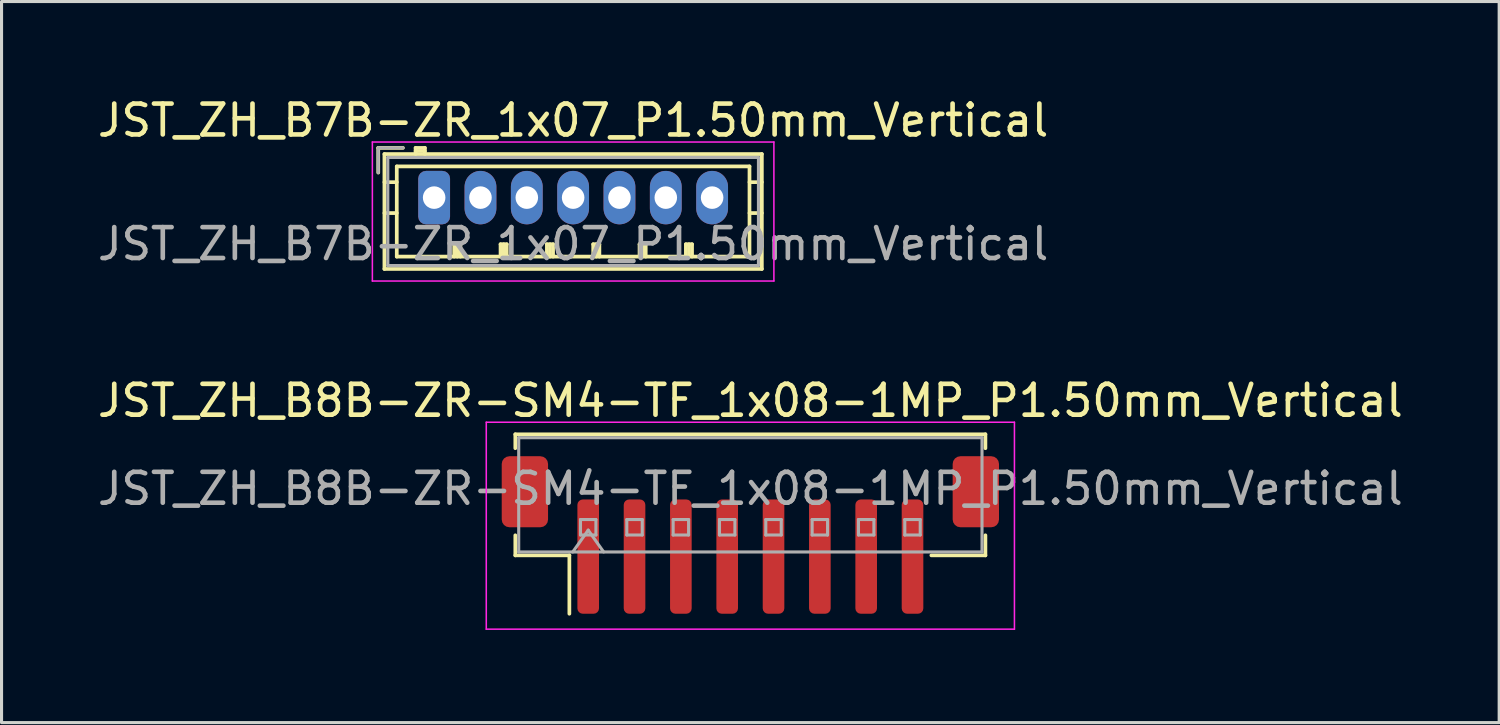
<source format=kicad_pcb>
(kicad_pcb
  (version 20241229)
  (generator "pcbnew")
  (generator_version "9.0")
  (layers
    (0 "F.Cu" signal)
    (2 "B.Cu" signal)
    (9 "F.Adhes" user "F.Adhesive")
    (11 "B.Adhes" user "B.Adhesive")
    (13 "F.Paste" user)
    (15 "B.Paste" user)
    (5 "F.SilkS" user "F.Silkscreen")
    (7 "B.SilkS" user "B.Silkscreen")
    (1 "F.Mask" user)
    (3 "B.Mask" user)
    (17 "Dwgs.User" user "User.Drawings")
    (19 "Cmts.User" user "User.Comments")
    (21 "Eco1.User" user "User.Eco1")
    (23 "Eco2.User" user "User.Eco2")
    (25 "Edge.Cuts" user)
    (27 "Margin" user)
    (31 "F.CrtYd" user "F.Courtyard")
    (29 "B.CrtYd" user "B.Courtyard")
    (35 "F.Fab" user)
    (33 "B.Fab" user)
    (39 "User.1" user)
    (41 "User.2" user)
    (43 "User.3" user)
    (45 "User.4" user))
  (footprint "JST_ZH_B8B-ZR-SM4-TF_1x08-1MP_P1.50mm_Vertical"
    (layer "F.Cu")
    (at 21.244 14.271)
    (property "Reference" "JST_ZH_B8B-ZR-SM4-TF_1x08-1MP_P1.50mm_Vertical" (at 0 -4.35 0) (layer "F.SilkS") (effects (font (size 1 1) (thickness 0.15))))
    (attr smd)
    (fp_line (start -7.61 -3.26) (end 7.61 -3.26) (stroke (width 0.12) (type solid)) (layer "F.SilkS"))
    (fp_line (start -7.61 -2.81) (end -7.61 -3.26) (stroke (width 0.12) (type solid)) (layer "F.SilkS"))
    (fp_line (start -7.61 0.01) (end -7.61 0.66) (stroke (width 0.12) (type solid)) (layer "F.SilkS"))
    (fp_line (start -7.61 0.66) (end -5.86 0.66) (stroke (width 0.12) (type solid)) (layer "F.SilkS"))
    (fp_line (start -5.86 0.66) (end -5.86 2.55) (stroke (width 0.12) (type solid)) (layer "F.SilkS"))
    (fp_line (start 7.61 -3.26) (end 7.61 -2.81) (stroke (width 0.12) (type solid)) (layer "F.SilkS"))
    (fp_line (start 7.61 0.01) (end 7.61 0.66) (stroke (width 0.12) (type solid)) (layer "F.SilkS"))
    (fp_line (start 7.61 0.66) (end 5.86 0.66) (stroke (width 0.12) (type solid)) (layer "F.SilkS"))
    (fp_line (start -8.55 -3.65) (end -8.55 3.05) (stroke (width 0.05) (type solid)) (layer "F.CrtYd"))
    (fp_line (start -8.55 3.05) (end 8.55 3.05) (stroke (width 0.05) (type solid)) (layer "F.CrtYd"))
    (fp_line (start 8.55 -3.65) (end -8.55 -3.65) (stroke (width 0.05) (type solid)) (layer "F.CrtYd"))
    (fp_line (start 8.55 3.05) (end 8.55 -3.65) (stroke (width 0.05) (type solid)) (layer "F.CrtYd"))
    (fp_line (start -7.5 -3.15) (end 7.5 -3.15) (stroke (width 0.1) (type solid)) (layer "F.Fab"))
    (fp_line (start -7.5 0.55) (end -7.5 -3.15) (stroke (width 0.1) (type solid)) (layer "F.Fab"))
    (fp_line (start -7.5 0.55) (end 7.5 0.55) (stroke (width 0.1) (type solid)) (layer "F.Fab"))
    (fp_line (start -5.75 0.55) (end -5.25 -0.157) (stroke (width 0.1) (type solid)) (layer "F.Fab"))
    (fp_line (start -5.5 -0.5) (end -5.5 0) (stroke (width 0.1) (type solid)) (layer "F.Fab"))
    (fp_line (start -5.5 0) (end -5 0) (stroke (width 0.1) (type solid)) (layer "F.Fab"))
    (fp_line (start -5.25 -0.157) (end -4.75 0.55) (stroke (width 0.1) (type solid)) (layer "F.Fab"))
    (fp_line (start -5 -0.5) (end -5.5 -0.5) (stroke (width 0.1) (type solid)) (layer "F.Fab"))
    (fp_line (start -5 0) (end -5 -0.5) (stroke (width 0.1) (type solid)) (layer "F.Fab"))
    (fp_line (start -4 -0.5) (end -4 0) (stroke (width 0.1) (type solid)) (layer "F.Fab"))
    (fp_line (start -4 0) (end -3.5 0) (stroke (width 0.1) (type solid)) (layer "F.Fab"))
    (fp_line (start -3.5 -0.5) (end -4 -0.5) (stroke (width 0.1) (type solid)) (layer "F.Fab"))
    (fp_line (start -3.5 0) (end -3.5 -0.5) (stroke (width 0.1) (type solid)) (layer "F.Fab"))
    (fp_line (start -2.5 -0.5) (end -2.5 0) (stroke (width 0.1) (type solid)) (layer "F.Fab"))
    (fp_line (start -2.5 0) (end -2 0) (stroke (width 0.1) (type solid)) (layer "F.Fab"))
    (fp_line (start -2 -0.5) (end -2.5 -0.5) (stroke (width 0.1) (type solid)) (layer "F.Fab"))
    (fp_line (start -2 0) (end -2 -0.5) (stroke (width 0.1) (type solid)) (layer "F.Fab"))
    (fp_line (start -1 -0.5) (end -1 0) (stroke (width 0.1) (type solid)) (layer "F.Fab"))
    (fp_line (start -1 0) (end -0.5 0) (stroke (width 0.1) (type solid)) (layer "F.Fab"))
    (fp_line (start -0.5 -0.5) (end -1 -0.5) (stroke (width 0.1) (type solid)) (layer "F.Fab"))
    (fp_line (start -0.5 0) (end -0.5 -0.5) (stroke (width 0.1) (type solid)) (layer "F.Fab"))
    (fp_line (start 0.5 -0.5) (end 0.5 0) (stroke (width 0.1) (type solid)) (layer "F.Fab"))
    (fp_line (start 0.5 0) (end 1 0) (stroke (width 0.1) (type solid)) (layer "F.Fab"))
    (fp_line (start 1 -0.5) (end 0.5 -0.5) (stroke (width 0.1) (type solid)) (layer "F.Fab"))
    (fp_line (start 1 0) (end 1 -0.5) (stroke (width 0.1) (type solid)) (layer "F.Fab"))
    (fp_line (start 2 -0.5) (end 2 0) (stroke (width 0.1) (type solid)) (layer "F.Fab"))
    (fp_line (start 2 0) (end 2.5 0) (stroke (width 0.1) (type solid)) (layer "F.Fab"))
    (fp_line (start 2.5 -0.5) (end 2 -0.5) (stroke (width 0.1) (type solid)) (layer "F.Fab"))
    (fp_line (start 2.5 0) (end 2.5 -0.5) (stroke (width 0.1) (type solid)) (layer "F.Fab"))
    (fp_line (start 3.5 -0.5) (end 3.5 0) (stroke (width 0.1) (type solid)) (layer "F.Fab"))
    (fp_line (start 3.5 0) (end 4 0) (stroke (width 0.1) (type solid)) (layer "F.Fab"))
    (fp_line (start 4 -0.5) (end 3.5 -0.5) (stroke (width 0.1) (type solid)) (layer "F.Fab"))
    (fp_line (start 4 0) (end 4 -0.5) (stroke (width 0.1) (type solid)) (layer "F.Fab"))
    (fp_line (start 5 -0.5) (end 5 0) (stroke (width 0.1) (type solid)) (layer "F.Fab"))
    (fp_line (start 5 0) (end 5.5 0) (stroke (width 0.1) (type solid)) (layer "F.Fab"))
    (fp_line (start 5.5 -0.5) (end 5 -0.5) (stroke (width 0.1) (type solid)) (layer "F.Fab"))
    (fp_line (start 5.5 0) (end 5.5 -0.5) (stroke (width 0.1) (type solid)) (layer "F.Fab"))
    (fp_line (start 7.5 0.55) (end 7.5 -3.15) (stroke (width 0.1) (type solid)) (layer "F.Fab"))
    (fp_text user "${REFERENCE}" (at 0 -1.5 0) (layer "F.Fab") (effects (font (size 1 1) (thickness 0.15))))
    (pad "1" smd roundrect (at -5.25 0.7) (size 0.7 3.7) (layers "F.Cu" "F.Mask" "F.Paste") (roundrect_rratio 0.25))
    (pad "2" smd roundrect (at -3.75 0.7) (size 0.7 3.7) (layers "F.Cu" "F.Mask" "F.Paste") (roundrect_rratio 0.25))
    (pad "3" smd roundrect (at -2.25 0.7) (size 0.7 3.7) (layers "F.Cu" "F.Mask" "F.Paste") (roundrect_rratio 0.25))
    (pad "4" smd roundrect (at -0.75 0.7) (size 0.7 3.7) (layers "F.Cu" "F.Mask" "F.Paste") (roundrect_rratio 0.25))
    (pad "5" smd roundrect (at 0.75 0.7) (size 0.7 3.7) (layers "F.Cu" "F.Mask" "F.Paste") (roundrect_rratio 0.25))
    (pad "6" smd roundrect (at 2.25 0.7) (size 0.7 3.7) (layers "F.Cu" "F.Mask" "F.Paste") (roundrect_rratio 0.25))
    (pad "7" smd roundrect (at 3.75 0.7) (size 0.7 3.7) (layers "F.Cu" "F.Mask" "F.Paste") (roundrect_rratio 0.25))
    (pad "8" smd roundrect (at 5.25 0.7) (size 0.7 3.7) (layers "F.Cu" "F.Mask" "F.Paste") (roundrect_rratio 0.25))
    (pad "MP" smd roundrect (at -7.3 -1.4) (size 1.5 2.3) (layers "F.Cu" "F.Mask" "F.Paste") (roundrect_rratio 0.167))
    (pad "MP" smd roundrect (at 7.3 -1.4) (size 1.5 2.3) (layers "F.Cu" "F.Mask" "F.Paste") (roundrect_rratio 0.167)))
  (footprint "JST_ZH_B7B-ZR_1x07_P1.50mm_Vertical"
    (layer "F.Cu")
    (at 11.006 3.348)
    (property "Reference" "JST_ZH_B7B-ZR_1x07_P1.50mm_Vertical" (at 4.5 -2.5 0) (layer "F.SilkS") (effects (font (size 1 1) (thickness 0.15))))
    (attr through_hole)
    (fp_line (start -1.81 -1.61) (end -1.81 -0.81) (stroke (width 0.12) (type solid)) (layer "F.SilkS"))
    (fp_line (start -1.61 -1.41) (end -1.61 2.31) (stroke (width 0.12) (type solid)) (layer "F.SilkS"))
    (fp_line (start -1.61 -0.5) (end -1.21 -0.5) (stroke (width 0.12) (type solid)) (layer "F.SilkS"))
    (fp_line (start -1.61 0.5) (end -1.21 0.5) (stroke (width 0.12) (type solid)) (layer "F.SilkS"))
    (fp_line (start -1.61 2.31) (end 10.61 2.31) (stroke (width 0.12) (type solid)) (layer "F.SilkS"))
    (fp_line (start -1.21 -1.01) (end -1.21 1.91) (stroke (width 0.12) (type solid)) (layer "F.SilkS"))
    (fp_line (start -1.21 1.91) (end 10.21 1.91) (stroke (width 0.12) (type solid)) (layer "F.SilkS"))
    (fp_line (start -1.01 -1.61) (end -1.81 -1.61) (stroke (width 0.12) (type solid)) (layer "F.SilkS"))
    (fp_line (start -0.6 -1.61) (end -0.6 -1.41) (stroke (width 0.12) (type solid)) (layer "F.SilkS"))
    (fp_line (start -0.3 -1.61) (end -0.6 -1.61) (stroke (width 0.12) (type solid)) (layer "F.SilkS"))
    (fp_line (start -0.3 -1.51) (end -0.6 -1.51) (stroke (width 0.12) (type solid)) (layer "F.SilkS"))
    (fp_line (start -0.3 -1.41) (end -0.3 -1.61) (stroke (width 0.12) (type solid)) (layer "F.SilkS"))
    (fp_line (start 0.65 1.51) (end 0.85 1.51) (stroke (width 0.12) (type solid)) (layer "F.SilkS"))
    (fp_line (start 0.65 1.91) (end 0.65 1.51) (stroke (width 0.12) (type solid)) (layer "F.SilkS"))
    (fp_line (start 0.75 1.91) (end 0.75 1.51) (stroke (width 0.12) (type solid)) (layer "F.SilkS"))
    (fp_line (start 0.85 1.51) (end 0.85 1.91) (stroke (width 0.12) (type solid)) (layer "F.SilkS"))
    (fp_line (start 2.15 1.51) (end 2.35 1.51) (stroke (width 0.12) (type solid)) (layer "F.SilkS"))
    (fp_line (start 2.15 1.91) (end 2.15 1.51) (stroke (width 0.12) (type solid)) (layer "F.SilkS"))
    (fp_line (start 2.25 1.91) (end 2.25 1.51) (stroke (width 0.12) (type solid)) (layer "F.SilkS"))
    (fp_line (start 2.35 1.51) (end 2.35 1.91) (stroke (width 0.12) (type solid)) (layer "F.SilkS"))
    (fp_line (start 3.65 1.51) (end 3.85 1.51) (stroke (width 0.12) (type solid)) (layer "F.SilkS"))
    (fp_line (start 3.65 1.91) (end 3.65 1.51) (stroke (width 0.12) (type solid)) (layer "F.SilkS"))
    (fp_line (start 3.75 1.91) (end 3.75 1.51) (stroke (width 0.12) (type solid)) (layer "F.SilkS"))
    (fp_line (start 3.85 1.51) (end 3.85 1.91) (stroke (width 0.12) (type solid)) (layer "F.SilkS"))
    (fp_line (start 5.15 1.51) (end 5.35 1.51) (stroke (width 0.12) (type solid)) (layer "F.SilkS"))
    (fp_line (start 5.15 1.91) (end 5.15 1.51) (stroke (width 0.12) (type solid)) (layer "F.SilkS"))
    (fp_line (start 5.25 1.91) (end 5.25 1.51) (stroke (width 0.12) (type solid)) (layer "F.SilkS"))
    (fp_line (start 5.35 1.51) (end 5.35 1.91) (stroke (width 0.12) (type solid)) (layer "F.SilkS"))
    (fp_line (start 6.65 1.51) (end 6.85 1.51) (stroke (width 0.12) (type solid)) (layer "F.SilkS"))
    (fp_line (start 6.65 1.91) (end 6.65 1.51) (stroke (width 0.12) (type solid)) (layer "F.SilkS"))
    (fp_line (start 6.75 1.91) (end 6.75 1.51) (stroke (width 0.12) (type solid)) (layer "F.SilkS"))
    (fp_line (start 6.85 1.51) (end 6.85 1.91) (stroke (width 0.12) (type solid)) (layer "F.SilkS"))
    (fp_line (start 8.15 1.51) (end 8.35 1.51) (stroke (width 0.12) (type solid)) (layer "F.SilkS"))
    (fp_line (start 8.15 1.91) (end 8.15 1.51) (stroke (width 0.12) (type solid)) (layer "F.SilkS"))
    (fp_line (start 8.25 1.91) (end 8.25 1.51) (stroke (width 0.12) (type solid)) (layer "F.SilkS"))
    (fp_line (start 8.35 1.51) (end 8.35 1.91) (stroke (width 0.12) (type solid)) (layer "F.SilkS"))
    (fp_line (start 10.21 -1.01) (end -1.21 -1.01) (stroke (width 0.12) (type solid)) (layer "F.SilkS"))
    (fp_line (start 10.21 1.91) (end 10.21 -1.01) (stroke (width 0.12) (type solid)) (layer "F.SilkS"))
    (fp_line (start 10.61 -1.41) (end -1.61 -1.41) (stroke (width 0.12) (type solid)) (layer "F.SilkS"))
    (fp_line (start 10.61 -0.5) (end 10.21 -0.5) (stroke (width 0.12) (type solid)) (layer "F.SilkS"))
    (fp_line (start 10.61 0.5) (end 10.21 0.5) (stroke (width 0.12) (type solid)) (layer "F.SilkS"))
    (fp_line (start 10.61 2.31) (end 10.61 -1.41) (stroke (width 0.12) (type solid)) (layer "F.SilkS"))
    (fp_line (start -2 -1.8) (end -2 2.7) (stroke (width 0.05) (type solid)) (layer "F.CrtYd"))
    (fp_line (start -2 2.7) (end 11 2.7) (stroke (width 0.05) (type solid)) (layer "F.CrtYd"))
    (fp_line (start 11 -1.8) (end -2 -1.8) (stroke (width 0.05) (type solid)) (layer "F.CrtYd"))
    (fp_line (start 11 2.7) (end 11 -1.8) (stroke (width 0.05) (type solid)) (layer "F.CrtYd"))
    (fp_line (start -1.81 -1.61) (end -1.81 -0.81) (stroke (width 0.1) (type solid)) (layer "F.Fab"))
    (fp_line (start -1.5 -1.3) (end -1.5 2.2) (stroke (width 0.1) (type solid)) (layer "F.Fab"))
    (fp_line (start -1.5 2.2) (end 10.5 2.2) (stroke (width 0.1) (type solid)) (layer "F.Fab"))
    (fp_line (start -1.01 -1.61) (end -1.81 -1.61) (stroke (width 0.1) (type solid)) (layer "F.Fab"))
    (fp_line (start 10.5 -1.3) (end -1.5 -1.3) (stroke (width 0.1) (type solid)) (layer "F.Fab"))
    (fp_line (start 10.5 2.2) (end 10.5 -1.3) (stroke (width 0.1) (type solid)) (layer "F.Fab"))
    (fp_text user "${REFERENCE}" (at 4.5 1.5 0) (layer "F.Fab") (effects (font (size 1 1) (thickness 0.15))))
    (pad "1" thru_hole roundrect (at 0 0) (size 1.03 1.73) (drill 0.73) (layers "*.Cu" "*.Mask") (roundrect_rratio 0.243))
    (pad "2" thru_hole oval (at 1.5 0) (size 1.03 1.73) (drill 0.73) (layers "*.Cu" "*.Mask"))
    (pad "3" thru_hole oval (at 3 0) (size 1.03 1.73) (drill 0.73) (layers "*.Cu" "*.Mask"))
    (pad "4" thru_hole oval (at 4.5 0) (size 1.03 1.73) (drill 0.73) (layers "*.Cu" "*.Mask"))
    (pad "5" thru_hole oval (at 6 0) (size 1.03 1.73) (drill 0.73) (layers "*.Cu" "*.Mask"))
    (pad "6" thru_hole oval (at 7.5 0) (size 1.03 1.73) (drill 0.73) (layers "*.Cu" "*.Mask"))
    (pad "7" thru_hole oval (at 9 0) (size 1.03 1.73) (drill 0.73) (layers "*.Cu" "*.Mask")))
  (gr_rect
    (start -3 -3)
    (end 45.488 20.346)
    (stroke (width 0.1) (type default))
    (fill no)
    (layer "Edge.Cuts")))
</source>
